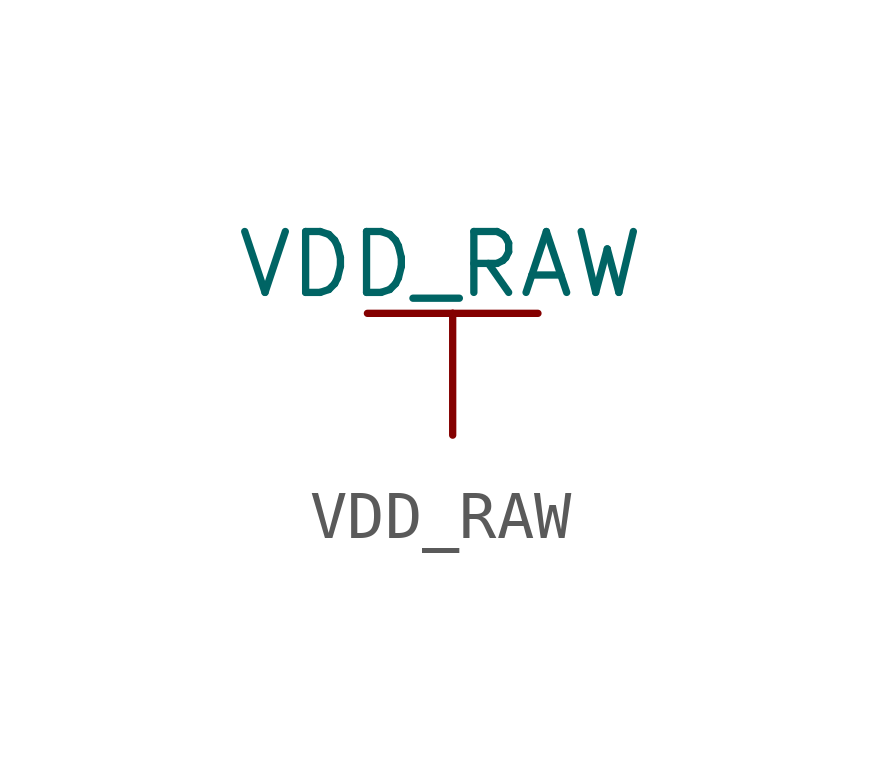
<source format=kicad_sym>
(kicad_symbol_lib
  (version 20231120)
  (generator "kicad_symbol_editor")
  (generator_version "8.0")
  (symbol "VDD_RAW"
    (power)
    (pin_numbers hide)
    (pin_names
      (offset 0) hide)
    (property "Reference" "#PWR"
      (at 0 -3.81 0)
      (effects (font (size 1.27 1.27)) (hide yes)))
    (property "Value" "VDD_RAW"
      (at -0.254 3.556 0)
      (effects (font (size 1.27 1.27))))
    (property "Footprint" ""
      (at 0 0 0)
      (effects (font (size 1.524 1.524))))
    (property "Datasheet" ""
      (at 0 0 0)
      (effects (font (size 1.524 1.524))))
    (symbol "VDD_RAW_0_1"
      (polyline (pts (xy -1.778 2.54) (xy 0 2.54)) (stroke (width 0) (type default)) (fill (type none)))
      (polyline (pts (xy 0 0) (xy 0 2.54)) (stroke (width 0) (type default)) (fill (type none)))
      (polyline (pts (xy 0 2.54) (xy 1.778 2.54)) (stroke (width 0) (type default)) (fill (type none))))
    (symbol "VDD_RAW_1_1"
      (pin power_in line (at 0 0 90) (length 0) hide (name "12V" (effects (font (size 1.27 1.27)))) (number "1" (effects (font (size 1.27 1.27))))))))
</source>
